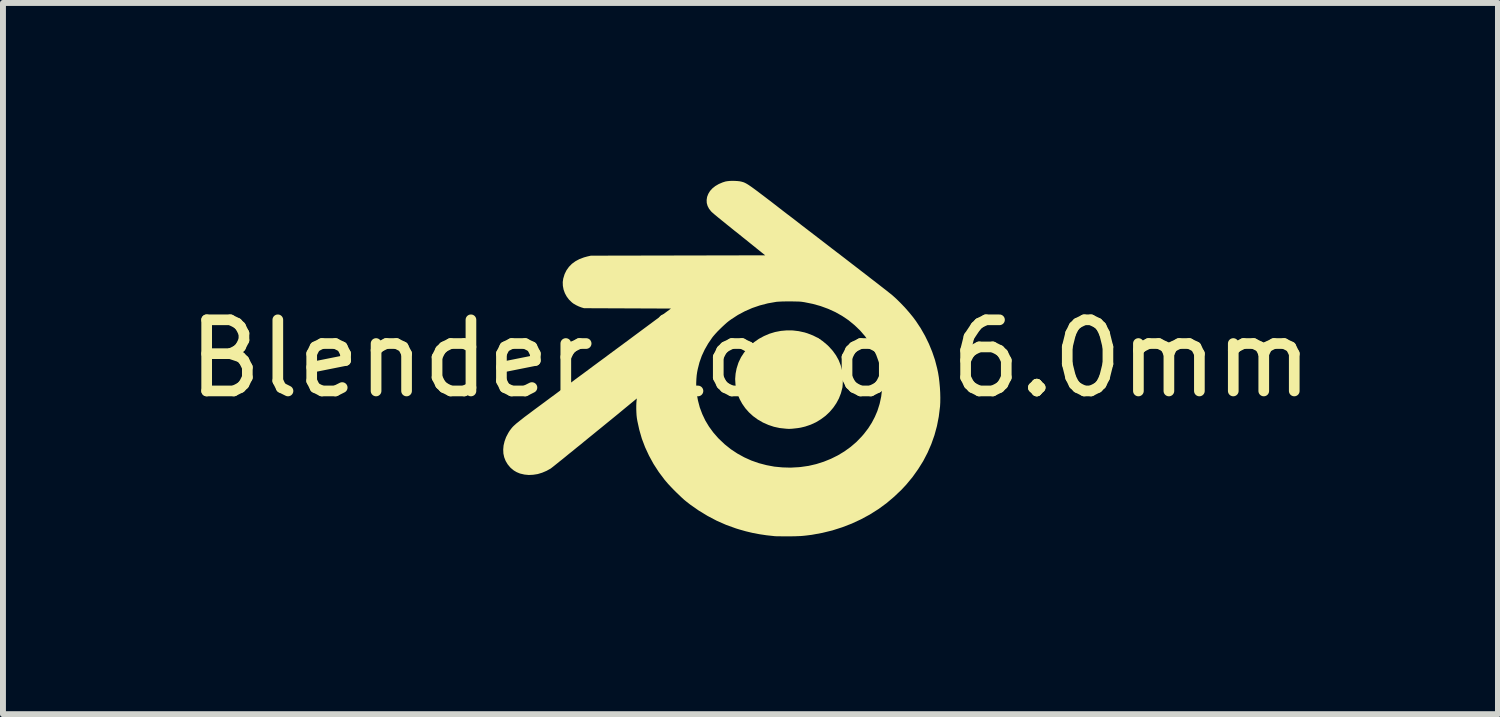
<source format=kicad_pcb>
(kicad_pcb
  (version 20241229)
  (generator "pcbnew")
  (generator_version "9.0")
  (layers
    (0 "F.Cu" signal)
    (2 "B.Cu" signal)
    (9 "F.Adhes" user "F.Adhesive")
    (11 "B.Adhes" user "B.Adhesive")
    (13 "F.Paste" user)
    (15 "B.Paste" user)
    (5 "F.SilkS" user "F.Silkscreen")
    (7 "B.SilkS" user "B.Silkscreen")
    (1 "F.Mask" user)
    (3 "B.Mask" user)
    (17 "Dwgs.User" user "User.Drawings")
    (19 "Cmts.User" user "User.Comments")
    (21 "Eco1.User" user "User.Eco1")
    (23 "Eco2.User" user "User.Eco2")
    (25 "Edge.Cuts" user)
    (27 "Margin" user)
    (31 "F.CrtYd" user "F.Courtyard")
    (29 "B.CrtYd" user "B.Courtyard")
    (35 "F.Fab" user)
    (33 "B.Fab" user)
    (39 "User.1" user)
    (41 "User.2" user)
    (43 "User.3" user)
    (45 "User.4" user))
  (footprint "Blender Logo 6.0mm"
    (layer "F.Cu")
    (at 9.607 2.998)
    (property "Reference" "Blender Logo 6.0mm" (at 0 0 180) (layer "F.SilkS") (effects (font (size 1.2 1.2) (thickness 0.18))))
    (attr board_only exclude_from_pos_files exclude_from_bom)
    (fp_poly (pts (xy 0.713 -0.475) (xy 0.814 -0.463) (xy 0.914 -0.441) (xy 0.962 -0.426) (xy 1.055 -0.39) (xy 1.14 -0.347) (xy 1.219 -0.294) (xy 1.294 -0.231) (xy 1.321 -0.205) (xy 1.387 -0.132) (xy 1.442 -0.056) (xy 1.487 0.025) (xy 1.521 0.11) (xy 1.546 0.201) (xy 1.547 0.202) (xy 1.551 0.232) (xy 1.555 0.27) (xy 1.557 0.313) (xy 1.558 0.359) (xy 1.557 0.404) (xy 1.555 0.445) (xy 1.552 0.48) (xy 1.55 0.492) (xy 1.526 0.584) (xy 1.492 0.671) (xy 1.448 0.753) (xy 1.395 0.83) (xy 1.334 0.901) (xy 1.265 0.966) (xy 1.188 1.023) (xy 1.106 1.073) (xy 1.017 1.114) (xy 0.923 1.146) (xy 0.852 1.163) (xy 0.825 1.168) (xy 0.792 1.173) (xy 0.756 1.177) (xy 0.72 1.181) (xy 0.686 1.184) (xy 0.659 1.185) (xy 0.639 1.185) (xy 0.639 1.185) (xy 0.625 1.184) (xy 0.605 1.183) (xy 0.596 1.182) (xy 0.493 1.171) (xy 0.396 1.15) (xy 0.303 1.119) (xy 0.21 1.078) (xy 0.207 1.076) (xy 0.122 1.027) (xy 0.044 0.97) (xy -0.025 0.907) (xy -0.086 0.838) (xy -0.138 0.764) (xy -0.181 0.686) (xy -0.215 0.604) (xy -0.239 0.519) (xy -0.253 0.432) (xy -0.258 0.344) (xy -0.251 0.255) (xy -0.234 0.167) (xy -0.206 0.078) (xy -0.199 0.06) (xy -0.159 -0.023) (xy -0.109 -0.1) (xy -0.05 -0.174) (xy -0.015 -0.21) (xy 0.06 -0.276) (xy 0.141 -0.333) (xy 0.228 -0.38) (xy 0.319 -0.419) (xy 0.414 -0.448) (xy 0.512 -0.467) (xy 0.612 -0.476)) (stroke (width 0) (type solid)) (fill yes) (layer "F.SilkS"))
    (fp_poly (pts (xy -0.267 -2.997) (xy -0.225 -2.995) (xy -0.186 -2.991) (xy -0.159 -2.986) (xy -0.144 -2.982) (xy -0.13 -2.978) (xy -0.116 -2.974) (xy -0.102 -2.968) (xy -0.087 -2.961) (xy -0.07 -2.952) (xy -0.051 -2.941) (xy -0.029 -2.927) (xy -0.004 -2.91) (xy 0.025 -2.89) (xy 0.058 -2.866) (xy 0.096 -2.838) (xy 0.14 -2.805) (xy 0.19 -2.767) (xy 0.247 -2.724) (xy 0.311 -2.675) (xy 0.383 -2.62) (xy 0.463 -2.558) (xy 0.477 -2.547) (xy 0.543 -2.496) (xy 0.617 -2.439) (xy 0.699 -2.377) (xy 0.786 -2.31) (xy 0.877 -2.239) (xy 0.972 -2.166) (xy 1.07 -2.091) (xy 1.169 -2.015) (xy 1.268 -1.939) (xy 1.366 -1.863) (xy 1.463 -1.789) (xy 1.556 -1.718) (xy 1.644 -1.65) (xy 1.723 -1.589) (xy 1.801 -1.529) (xy 1.876 -1.471) (xy 1.949 -1.415) (xy 2.017 -1.362) (xy 2.082 -1.312) (xy 2.143 -1.265) (xy 2.198 -1.222) (xy 2.248 -1.183) (xy 2.291 -1.15) (xy 2.327 -1.121) (xy 2.356 -1.098) (xy 2.377 -1.082) (xy 2.389 -1.071) (xy 2.39 -1.071) (xy 2.46 -1.008) (xy 2.532 -0.937) (xy 2.605 -0.861) (xy 2.674 -0.782) (xy 2.738 -0.704) (xy 2.791 -0.633) (xy 2.871 -0.512) (xy 2.944 -0.384) (xy 3.009 -0.251) (xy 3.065 -0.115) (xy 3.112 0.023) (xy 3.148 0.162) (xy 3.164 0.236) (xy 3.177 0.315) (xy 3.187 0.4) (xy 3.195 0.487) (xy 3.2 0.575) (xy 3.202 0.661) (xy 3.201 0.741) (xy 3.197 0.813) (xy 3.196 0.818) (xy 3.176 0.979) (xy 3.145 1.138) (xy 3.103 1.292) (xy 3.05 1.442) (xy 2.987 1.587) (xy 2.913 1.729) (xy 2.828 1.865) (xy 2.734 1.997) (xy 2.629 2.124) (xy 2.548 2.211) (xy 2.424 2.329) (xy 2.294 2.439) (xy 2.157 2.539) (xy 2.013 2.63) (xy 1.863 2.711) (xy 1.708 2.783) (xy 1.547 2.845) (xy 1.381 2.898) (xy 1.209 2.94) (xy 1.034 2.972) (xy 0.947 2.983) (xy 0.912 2.987) (xy 0.879 2.99) (xy 0.844 2.993) (xy 0.806 2.994) (xy 0.762 2.996) (xy 0.711 2.997) (xy 0.651 2.998) (xy 0.651 2.998) (xy 0.602 2.998) (xy 0.554 2.998) (xy 0.509 2.997) (xy 0.469 2.997) (xy 0.436 2.996) (xy 0.411 2.995) (xy 0.403 2.994) (xy 0.273 2.98) (xy 0.152 2.962) (xy 0.036 2.94) (xy -0.077 2.913) (xy -0.19 2.881) (xy -0.245 2.864) (xy -0.409 2.805) (xy -0.568 2.735) (xy -0.722 2.654) (xy -0.872 2.563) (xy -1.015 2.463) (xy -1.078 2.414) (xy -1.116 2.383) (xy -1.158 2.345) (xy -1.204 2.301) (xy -1.252 2.255) (xy -1.3 2.207) (xy -1.346 2.159) (xy -1.389 2.113) (xy -1.425 2.071) (xy -1.448 2.044) (xy -1.547 1.912) (xy -1.635 1.776) (xy -1.711 1.637) (xy -1.777 1.495) (xy -1.832 1.35) (xy -1.875 1.201) (xy -1.908 1.05) (xy -1.916 1.002) (xy -1.921 0.958) (xy -1.924 0.907) (xy -1.926 0.852) (xy -1.926 0.796) (xy -1.924 0.745) (xy -1.922 0.721) (xy -1.917 0.672) (xy -1.962 0.71) (xy -2.007 0.747) (xy -2.058 0.789) (xy -2.113 0.834) (xy -2.172 0.883) (xy -2.235 0.935) (xy -2.301 0.989) (xy -2.37 1.045) (xy -2.44 1.102) (xy -2.512 1.161) (xy -2.585 1.22) (xy -2.657 1.279) (xy -2.73 1.338) (xy -2.801 1.396) (xy -2.87 1.453) (xy -2.938 1.507) (xy -3.002 1.56) (xy -3.064 1.609) (xy -3.121 1.656) (xy -3.174 1.699) (xy -3.222 1.737) (xy -3.264 1.771) (xy -3.3 1.8) (xy -3.329 1.823) (xy -3.351 1.84) (xy -3.365 1.851) (xy -3.369 1.854) (xy -3.439 1.893) (xy -3.512 1.924) (xy -3.587 1.947) (xy -3.663 1.959) (xy -3.738 1.963) (xy -3.811 1.956) (xy -3.88 1.94) (xy -3.888 1.938) (xy -3.943 1.915) (xy -3.991 1.887) (xy -4.036 1.85) (xy -4.052 1.835) (xy -4.095 1.783) (xy -4.129 1.726) (xy -4.153 1.665) (xy -4.167 1.601) (xy -4.17 1.534) (xy -4.164 1.465) (xy -4.147 1.394) (xy -4.121 1.323) (xy -4.084 1.253) (xy -4.071 1.232) (xy -4.06 1.215) (xy -4.048 1.199) (xy -4.036 1.183) (xy -4.024 1.168) (xy -4.009 1.151) (xy -3.992 1.134) (xy -3.972 1.116) (xy -3.949 1.095) (xy -3.921 1.073) (xy -3.889 1.047) (xy -3.852 1.018) (xy -3.809 0.984) (xy -3.759 0.947) (xy -3.703 0.905) (xy -3.639 0.857) (xy -3.567 0.804) (xy -3.486 0.744) (xy -3.484 0.743) (xy -3.431 0.703) (xy -3.369 0.657) (xy -3.299 0.606) (xy -3.223 0.549) (xy -3.141 0.489) (xy -3.12 0.474) (xy -0.915 0.474) (xy -0.912 0.534) (xy -0.908 0.582) (xy -0.886 0.705) (xy -0.855 0.823) (xy -0.813 0.935) (xy -0.762 1.043) (xy -0.7 1.146) (xy -0.627 1.246) (xy -0.544 1.341) (xy -0.53 1.355) (xy -0.434 1.446) (xy -0.33 1.529) (xy -0.221 1.601) (xy -0.105 1.665) (xy 0.015 1.719) (xy 0.14 1.763) (xy 0.27 1.797) (xy 0.403 1.822) (xy 0.539 1.835) (xy 0.677 1.839) (xy 0.817 1.831) (xy 0.849 1.828) (xy 0.981 1.809) (xy 1.11 1.779) (xy 1.236 1.739) (xy 1.357 1.69) (xy 1.474 1.632) (xy 1.585 1.565) (xy 1.689 1.49) (xy 1.786 1.407) (xy 1.874 1.316) (xy 1.914 1.27) (xy 1.986 1.176) (xy 2.046 1.082) (xy 2.097 0.985) (xy 2.14 0.885) (xy 2.174 0.778) (xy 2.18 0.757) (xy 2.205 0.64) (xy 2.219 0.521) (xy 2.221 0.403) (xy 2.213 0.285) (xy 2.193 0.168) (xy 2.163 0.054) (xy 2.122 -0.059) (xy 2.07 -0.167) (xy 2.008 -0.272) (xy 2.007 -0.274) (xy 1.931 -0.379) (xy 1.847 -0.476) (xy 1.754 -0.565) (xy 1.654 -0.647) (xy 1.546 -0.72) (xy 1.432 -0.784) (xy 1.311 -0.839) (xy 1.183 -0.886) (xy 1.05 -0.923) (xy 0.911 -0.951) (xy 0.872 -0.957) (xy 0.848 -0.96) (xy 0.814 -0.962) (xy 0.772 -0.963) (xy 0.726 -0.964) (xy 0.676 -0.965) (xy 0.626 -0.965) (xy 0.576 -0.964) (xy 0.53 -0.963) (xy 0.49 -0.961) (xy 0.456 -0.959) (xy 0.435 -0.957) (xy 0.293 -0.932) (xy 0.158 -0.897) (xy 0.029 -0.853) (xy -0.094 -0.799) (xy -0.212 -0.736) (xy -0.324 -0.663) (xy -0.363 -0.635) (xy -0.398 -0.607) (xy -0.437 -0.572) (xy -0.479 -0.533) (xy -0.521 -0.492) (xy -0.562 -0.451) (xy -0.598 -0.411) (xy -0.629 -0.375) (xy -0.643 -0.357) (xy -0.713 -0.255) (xy -0.772 -0.152) (xy -0.821 -0.047) (xy -0.86 0.063) (xy -0.889 0.177) (xy -0.899 0.227) (xy -0.907 0.282) (xy -0.912 0.344) (xy -0.915 0.409) (xy -0.915 0.474) (xy -3.12 0.474) (xy -3.053 0.424) (xy -2.962 0.356) (xy -2.867 0.286) (xy -2.769 0.214) (xy -2.67 0.14) (xy -2.57 0.066) (xy -2.469 -0.008) (xy -2.37 -0.082) (xy -2.271 -0.155) (xy -2.192 -0.213) (xy -1.341 -0.844) (xy -2.074 -0.847) (xy -2.807 -0.85) (xy -2.851 -0.863) (xy -2.896 -0.88) (xy -2.942 -0.902) (xy -2.985 -0.927) (xy -3.011 -0.947) (xy -3.059 -0.993) (xy -3.099 -1.046) (xy -3.13 -1.103) (xy -3.152 -1.164) (xy -3.164 -1.227) (xy -3.166 -1.291) (xy -3.157 -1.354) (xy -3.156 -1.355) (xy -3.134 -1.427) (xy -3.102 -1.491) (xy -3.061 -1.548) (xy -3.011 -1.599) (xy -2.952 -1.642) (xy -2.885 -1.678) (xy -2.808 -1.707) (xy -2.749 -1.723) (xy -2.692 -1.736) (xy -1.222 -1.739) (xy 0.248 -1.742) (xy 0.037 -1.912) (xy -0.014 -1.953) (xy -0.072 -2) (xy -0.135 -2.05) (xy -0.199 -2.102) (xy -0.264 -2.153) (xy -0.326 -2.203) (xy -0.383 -2.249) (xy -0.403 -2.265) (xy -0.448 -2.302) (xy -0.492 -2.337) (xy -0.534 -2.371) (xy -0.571 -2.402) (xy -0.604 -2.429) (xy -0.63 -2.452) (xy -0.65 -2.469) (xy -0.662 -2.481) (xy -0.663 -2.482) (xy -0.698 -2.526) (xy -0.723 -2.574) (xy -0.737 -2.624) (xy -0.739 -2.676) (xy -0.731 -2.728) (xy -0.711 -2.779) (xy -0.682 -2.827) (xy -0.642 -2.871) (xy -0.593 -2.91) (xy -0.535 -2.944) (xy -0.469 -2.972) (xy -0.421 -2.987) (xy -0.391 -2.992) (xy -0.354 -2.996) (xy -0.312 -2.998)) (stroke (width 0) (type solid)) (fill yes) (layer "F.SilkS")))
  (gr_rect
    (start -3 -3)
    (end 22.214 8.995)
    (stroke (width 0.1) (type default))
    (fill no)
    (layer "Edge.Cuts")))
</source>
